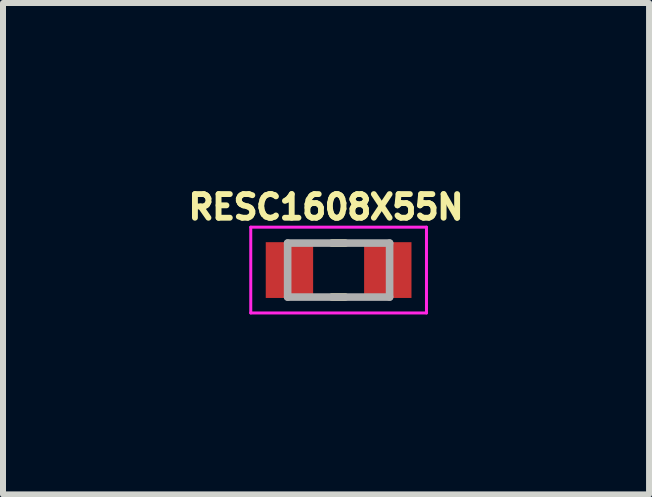
<source format=kicad_pcb>
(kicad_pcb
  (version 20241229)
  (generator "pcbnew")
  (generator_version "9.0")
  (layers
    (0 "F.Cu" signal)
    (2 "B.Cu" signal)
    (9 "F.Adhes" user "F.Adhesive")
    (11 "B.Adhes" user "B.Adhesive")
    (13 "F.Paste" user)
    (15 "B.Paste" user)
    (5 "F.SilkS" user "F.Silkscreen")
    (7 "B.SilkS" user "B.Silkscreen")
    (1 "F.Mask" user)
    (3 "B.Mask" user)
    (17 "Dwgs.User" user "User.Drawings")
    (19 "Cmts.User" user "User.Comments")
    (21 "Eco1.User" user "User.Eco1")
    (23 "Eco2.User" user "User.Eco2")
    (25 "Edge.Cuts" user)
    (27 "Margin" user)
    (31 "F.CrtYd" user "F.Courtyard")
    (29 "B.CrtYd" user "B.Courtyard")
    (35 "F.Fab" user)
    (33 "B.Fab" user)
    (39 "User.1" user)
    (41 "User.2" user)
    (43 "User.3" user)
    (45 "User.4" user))
  (footprint "RESC1608X55N"
    (layer "F.Cu")
    (at 2.596 1.453)
    (property "Reference" "RESC1608X55N" (at -0.21 -1.05 0) (layer "F.SilkS") (effects (font (size 0.394 0.394) (thickness 0.098))))
    (attr smd)
    (fp_line (start -0.11 -0.45) (end 0.11 -0.45) (stroke (width 0.127) (type solid)) (layer "F.SilkS"))
    (fp_line (start -0.11 0.45) (end 0.11 0.45) (stroke (width 0.127) (type solid)) (layer "F.SilkS"))
    (fp_line (start -1.465 -0.715) (end 1.465 -0.715) (stroke (width 0.05) (type solid)) (layer "F.CrtYd"))
    (fp_line (start -1.465 0.715) (end -1.465 -0.715) (stroke (width 0.05) (type solid)) (layer "F.CrtYd"))
    (fp_line (start -1.465 0.715) (end 1.465 0.715) (stroke (width 0.05) (type solid)) (layer "F.CrtYd"))
    (fp_line (start 1.465 0.715) (end 1.465 -0.715) (stroke (width 0.05) (type solid)) (layer "F.CrtYd"))
    (fp_line (start -0.85 0.45) (end -0.85 -0.45) (stroke (width 0.127) (type solid)) (layer "F.Fab"))
    (fp_line (start 0.85 -0.45) (end -0.85 -0.45) (stroke (width 0.127) (type solid)) (layer "F.Fab"))
    (fp_line (start 0.85 0.45) (end -0.85 0.45) (stroke (width 0.127) (type solid)) (layer "F.Fab"))
    (fp_line (start 0.85 0.45) (end 0.85 -0.45) (stroke (width 0.127) (type solid)) (layer "F.Fab"))
    (pad "1" smd rect (at -0.82 0) (size 0.79 0.93) (layers "F.Cu" "F.Mask" "F.Paste"))
    (pad "2" smd rect (at 0.82 0) (size 0.79 0.93) (layers "F.Cu" "F.Mask" "F.Paste")))
  (gr_rect
    (start -3 -3)
    (end 7.772 5.193)
    (stroke (width 0.1) (type default))
    (fill no)
    (layer "Edge.Cuts")))
</source>
